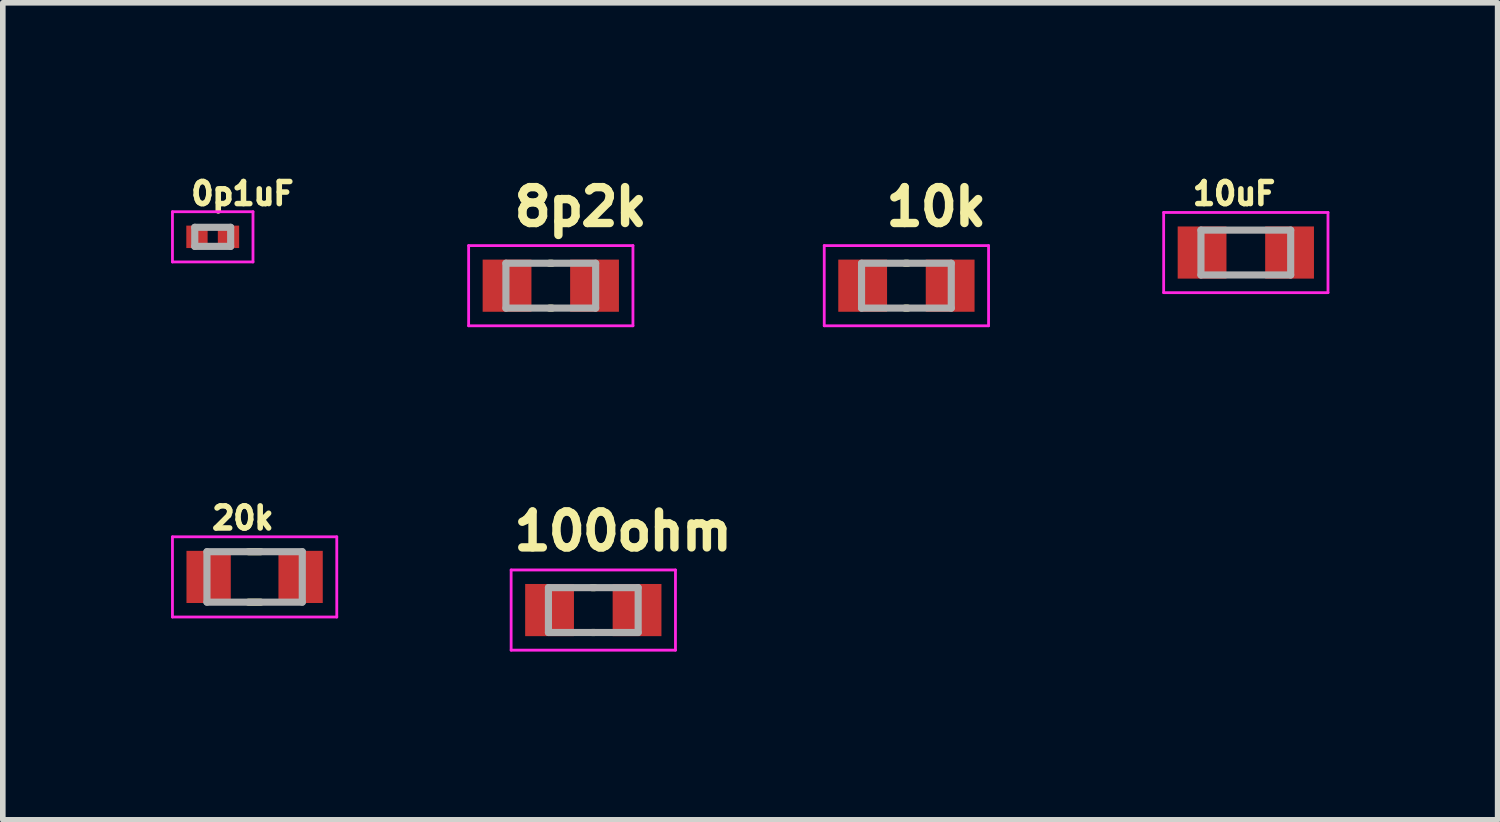
<source format=kicad_pcb>
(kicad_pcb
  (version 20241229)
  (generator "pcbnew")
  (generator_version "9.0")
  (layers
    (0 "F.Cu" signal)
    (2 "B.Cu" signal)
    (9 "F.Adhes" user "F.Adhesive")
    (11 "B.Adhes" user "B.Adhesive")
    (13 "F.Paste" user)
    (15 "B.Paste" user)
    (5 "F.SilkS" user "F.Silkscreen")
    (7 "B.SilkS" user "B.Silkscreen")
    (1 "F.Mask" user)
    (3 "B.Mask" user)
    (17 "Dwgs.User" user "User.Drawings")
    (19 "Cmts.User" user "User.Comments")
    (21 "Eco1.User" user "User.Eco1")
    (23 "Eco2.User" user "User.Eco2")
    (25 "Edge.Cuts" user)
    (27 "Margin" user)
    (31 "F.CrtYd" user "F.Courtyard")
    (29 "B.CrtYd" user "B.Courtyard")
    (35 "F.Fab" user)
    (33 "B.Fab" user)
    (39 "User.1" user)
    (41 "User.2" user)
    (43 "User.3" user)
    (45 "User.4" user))
  (footprint "100ohm"
    (layer "F.Cu")
    (at 7.529 7.828)
    (property "Reference" "100ohm" (at 0.532 -1.406 0) (layer "F.SilkS") (effects (font (size 0.64 0.64) (thickness 0.15))))
    (attr smd)
    (fp_line (start -0.025 -0.4) (end 0.025 -0.4) (stroke (width 0.127) (type solid)) (layer "F.SilkS"))
    (fp_line (start 0.025 0.4) (end -0.025 0.4) (stroke (width 0.127) (type solid)) (layer "F.SilkS"))
    (fp_line (start -1.465 -0.715) (end 1.465 -0.715) (stroke (width 0.05) (type solid)) (layer "F.CrtYd"))
    (fp_line (start -1.465 0.715) (end -1.465 -0.715) (stroke (width 0.05) (type solid)) (layer "F.CrtYd"))
    (fp_line (start 1.465 -0.715) (end 1.465 0.715) (stroke (width 0.05) (type solid)) (layer "F.CrtYd"))
    (fp_line (start 1.465 0.715) (end -1.465 0.715) (stroke (width 0.05) (type solid)) (layer "F.CrtYd"))
    (fp_line (start -0.8 -0.4) (end 0.8 -0.4) (stroke (width 0.127) (type solid)) (layer "F.Fab"))
    (fp_line (start -0.8 0.4) (end -0.8 -0.4) (stroke (width 0.127) (type solid)) (layer "F.Fab"))
    (fp_line (start 0.8 -0.4) (end 0.8 0.4) (stroke (width 0.127) (type solid)) (layer "F.Fab"))
    (fp_line (start 0.8 0.4) (end -0.8 0.4) (stroke (width 0.127) (type solid)) (layer "F.Fab"))
    (pad "1" smd rect (at -0.78 0) (size 0.87 0.93) (layers "F.Cu" "F.Mask" "F.Paste"))
    (pad "2" smd rect (at 0.78 0) (size 0.87 0.93) (layers "F.Cu" "F.Mask" "F.Paste")))
  (footprint "8p2k"
    (layer "F.Cu")
    (at 6.771 2.044)
    (property "Reference" "8p2k" (at 0.532 -1.406 0) (layer "F.SilkS") (effects (font (size 0.64 0.64) (thickness 0.15))))
    (attr smd)
    (fp_line (start -0.025 -0.4) (end 0.025 -0.4) (stroke (width 0.127) (type solid)) (layer "F.SilkS"))
    (fp_line (start 0.025 0.4) (end -0.025 0.4) (stroke (width 0.127) (type solid)) (layer "F.SilkS"))
    (fp_line (start -1.465 -0.715) (end 1.465 -0.715) (stroke (width 0.05) (type solid)) (layer "F.CrtYd"))
    (fp_line (start -1.465 0.715) (end -1.465 -0.715) (stroke (width 0.05) (type solid)) (layer "F.CrtYd"))
    (fp_line (start 1.465 -0.715) (end 1.465 0.715) (stroke (width 0.05) (type solid)) (layer "F.CrtYd"))
    (fp_line (start 1.465 0.715) (end -1.465 0.715) (stroke (width 0.05) (type solid)) (layer "F.CrtYd"))
    (fp_line (start -0.8 -0.4) (end 0.8 -0.4) (stroke (width 0.127) (type solid)) (layer "F.Fab"))
    (fp_line (start -0.8 0.4) (end -0.8 -0.4) (stroke (width 0.127) (type solid)) (layer "F.Fab"))
    (fp_line (start 0.8 -0.4) (end 0.8 0.4) (stroke (width 0.127) (type solid)) (layer "F.Fab"))
    (fp_line (start 0.8 0.4) (end -0.8 0.4) (stroke (width 0.127) (type solid)) (layer "F.Fab"))
    (pad "1" smd rect (at -0.78 0) (size 0.87 0.93) (layers "F.Cu" "F.Mask" "F.Paste"))
    (pad "2" smd rect (at 0.78 0) (size 0.87 0.93) (layers "F.Cu" "F.Mask" "F.Paste")))
  (footprint "10k"
    (layer "F.Cu")
    (at 13.112 2.044)
    (property "Reference" "10k" (at 0.532 -1.406 0) (layer "F.SilkS") (effects (font (size 0.64 0.64) (thickness 0.15))))
    (attr smd)
    (fp_line (start -0.025 -0.4) (end 0.025 -0.4) (stroke (width 0.127) (type solid)) (layer "F.SilkS"))
    (fp_line (start 0.025 0.4) (end -0.025 0.4) (stroke (width 0.127) (type solid)) (layer "F.SilkS"))
    (fp_line (start -1.465 -0.715) (end 1.465 -0.715) (stroke (width 0.05) (type solid)) (layer "F.CrtYd"))
    (fp_line (start -1.465 0.715) (end -1.465 -0.715) (stroke (width 0.05) (type solid)) (layer "F.CrtYd"))
    (fp_line (start 1.465 -0.715) (end 1.465 0.715) (stroke (width 0.05) (type solid)) (layer "F.CrtYd"))
    (fp_line (start 1.465 0.715) (end -1.465 0.715) (stroke (width 0.05) (type solid)) (layer "F.CrtYd"))
    (fp_line (start -0.8 -0.4) (end 0.8 -0.4) (stroke (width 0.127) (type solid)) (layer "F.Fab"))
    (fp_line (start -0.8 0.4) (end -0.8 -0.4) (stroke (width 0.127) (type solid)) (layer "F.Fab"))
    (fp_line (start 0.8 -0.4) (end 0.8 0.4) (stroke (width 0.127) (type solid)) (layer "F.Fab"))
    (fp_line (start 0.8 0.4) (end -0.8 0.4) (stroke (width 0.127) (type solid)) (layer "F.Fab"))
    (pad "1" smd rect (at -0.78 0) (size 0.87 0.93) (layers "F.Cu" "F.Mask" "F.Paste"))
    (pad "2" smd rect (at 0.78 0) (size 0.87 0.93) (layers "F.Cu" "F.Mask" "F.Paste")))
  (footprint "10uF"
    (layer "F.Cu")
    (at 19.164 1.453)
    (property "Reference" "10uF" (at -0.21 -1.05 0) (layer "F.SilkS") (effects (font (size 0.394 0.394) (thickness 0.15))))
    (attr smd)
    (fp_line (start -1.465 -0.715) (end 1.465 -0.715) (stroke (width 0.05) (type solid)) (layer "F.CrtYd"))
    (fp_line (start -1.465 0.715) (end -1.465 -0.715) (stroke (width 0.05) (type solid)) (layer "F.CrtYd"))
    (fp_line (start -1.465 0.715) (end 1.465 0.715) (stroke (width 0.05) (type solid)) (layer "F.CrtYd"))
    (fp_line (start 1.465 0.715) (end 1.465 -0.715) (stroke (width 0.05) (type solid)) (layer "F.CrtYd"))
    (fp_line (start -0.8 0.4) (end -0.8 -0.4) (stroke (width 0.127) (type solid)) (layer "F.Fab"))
    (fp_line (start 0.8 -0.4) (end -0.8 -0.4) (stroke (width 0.127) (type solid)) (layer "F.Fab"))
    (fp_line (start 0.8 0.4) (end -0.8 0.4) (stroke (width 0.127) (type solid)) (layer "F.Fab"))
    (fp_line (start 0.8 0.4) (end 0.8 -0.4) (stroke (width 0.127) (type solid)) (layer "F.Fab"))
    (pad "1" smd rect (at -0.78 0) (size 0.87 0.93) (layers "F.Cu" "F.Mask" "F.Paste"))
    (pad "2" smd rect (at 0.78 0) (size 0.87 0.93) (layers "F.Cu" "F.Mask" "F.Paste")))
  (footprint "20k"
    (layer "F.Cu")
    (at 1.49 7.237)
    (property "Reference" "20k" (at -0.21 -1.05 0) (layer "F.SilkS") (effects (font (size 0.394 0.394) (thickness 0.15))))
    (attr smd)
    (fp_line (start -0.11 -0.45) (end 0.11 -0.45) (stroke (width 0.127) (type solid)) (layer "F.SilkS"))
    (fp_line (start -0.11 0.45) (end 0.11 0.45) (stroke (width 0.127) (type solid)) (layer "F.SilkS"))
    (fp_line (start -1.465 -0.715) (end 1.465 -0.715) (stroke (width 0.05) (type solid)) (layer "F.CrtYd"))
    (fp_line (start -1.465 0.715) (end -1.465 -0.715) (stroke (width 0.05) (type solid)) (layer "F.CrtYd"))
    (fp_line (start -1.465 0.715) (end 1.465 0.715) (stroke (width 0.05) (type solid)) (layer "F.CrtYd"))
    (fp_line (start 1.465 0.715) (end 1.465 -0.715) (stroke (width 0.05) (type solid)) (layer "F.CrtYd"))
    (fp_line (start -0.85 0.45) (end -0.85 -0.45) (stroke (width 0.127) (type solid)) (layer "F.Fab"))
    (fp_line (start 0.85 -0.45) (end -0.85 -0.45) (stroke (width 0.127) (type solid)) (layer "F.Fab"))
    (fp_line (start 0.85 0.45) (end -0.85 0.45) (stroke (width 0.127) (type solid)) (layer "F.Fab"))
    (fp_line (start 0.85 0.45) (end 0.85 -0.45) (stroke (width 0.127) (type solid)) (layer "F.Fab"))
    (pad "1" smd rect (at -0.82 0) (size 0.79 0.93) (layers "F.Cu" "F.Mask" "F.Paste"))
    (pad "2" smd rect (at 0.82 0) (size 0.79 0.93) (layers "F.Cu" "F.Mask" "F.Paste")))
  (footprint "0p1uF"
    (layer "F.Cu")
    (at 0.743 1.173)
    (property "Reference" "0p1uF" (at 0.53 -0.77 0) (layer "F.SilkS") (effects (font (size 0.394 0.394) (thickness 0.15))))
    (attr smd)
    (fp_line (start -0.718 -0.448) (end 0.718 -0.448) (stroke (width 0.05) (type solid)) (layer "F.CrtYd"))
    (fp_line (start -0.718 0.448) (end -0.718 -0.448) (stroke (width 0.05) (type solid)) (layer "F.CrtYd"))
    (fp_line (start -0.718 0.448) (end 0.718 0.448) (stroke (width 0.05) (type solid)) (layer "F.CrtYd"))
    (fp_line (start 0.718 0.448) (end 0.718 -0.448) (stroke (width 0.05) (type solid)) (layer "F.CrtYd"))
    (fp_line (start -0.32 0.17) (end -0.32 -0.17) (stroke (width 0.127) (type solid)) (layer "F.Fab"))
    (fp_line (start 0.32 -0.17) (end -0.32 -0.17) (stroke (width 0.127) (type solid)) (layer "F.Fab"))
    (fp_line (start 0.32 0.17) (end -0.32 0.17) (stroke (width 0.127) (type solid)) (layer "F.Fab"))
    (fp_line (start 0.32 0.17) (end 0.32 -0.17) (stroke (width 0.127) (type solid)) (layer "F.Fab"))
    (pad "1" smd rect (at -0.281 0) (size 0.38 0.4) (layers "F.Cu" "F.Mask" "F.Paste"))
    (pad "2" smd rect (at 0.281 0) (size 0.38 0.4) (layers "F.Cu" "F.Mask" "F.Paste")))
  (gr_rect
    (start -3 -3)
    (end 23.654 11.568)
    (stroke (width 0.1) (type default))
    (fill no)
    (layer "Edge.Cuts")))
</source>
